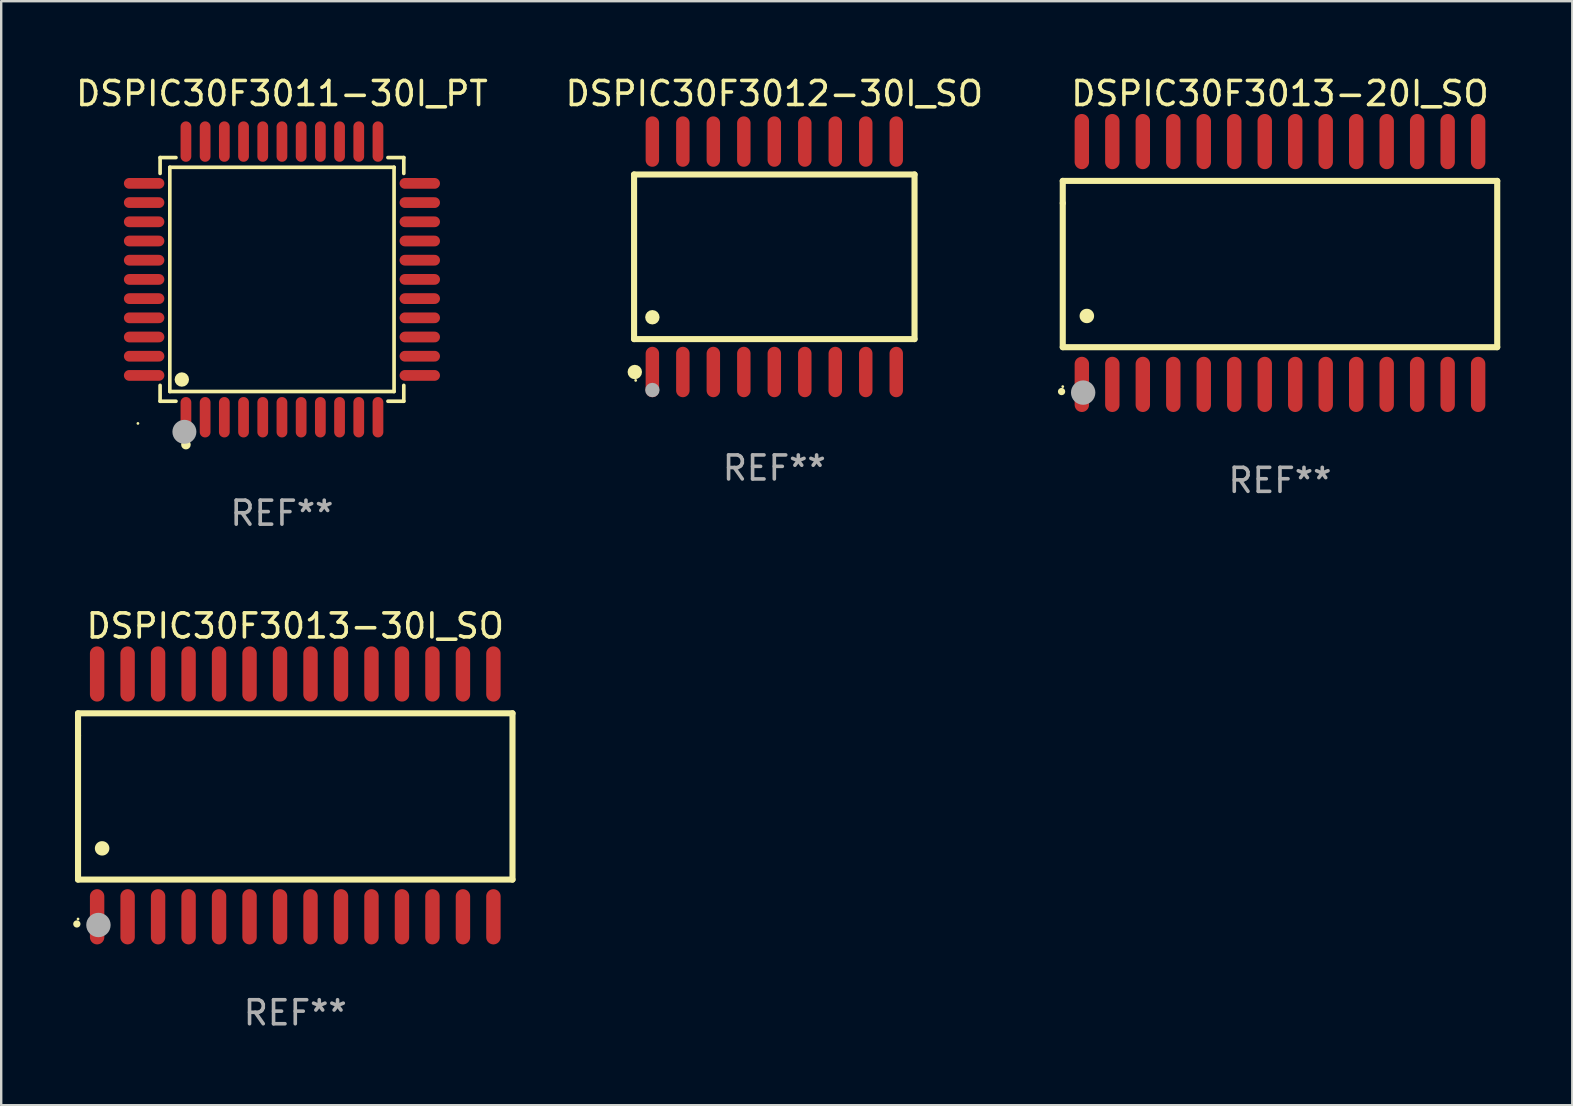
<source format=kicad_pcb>
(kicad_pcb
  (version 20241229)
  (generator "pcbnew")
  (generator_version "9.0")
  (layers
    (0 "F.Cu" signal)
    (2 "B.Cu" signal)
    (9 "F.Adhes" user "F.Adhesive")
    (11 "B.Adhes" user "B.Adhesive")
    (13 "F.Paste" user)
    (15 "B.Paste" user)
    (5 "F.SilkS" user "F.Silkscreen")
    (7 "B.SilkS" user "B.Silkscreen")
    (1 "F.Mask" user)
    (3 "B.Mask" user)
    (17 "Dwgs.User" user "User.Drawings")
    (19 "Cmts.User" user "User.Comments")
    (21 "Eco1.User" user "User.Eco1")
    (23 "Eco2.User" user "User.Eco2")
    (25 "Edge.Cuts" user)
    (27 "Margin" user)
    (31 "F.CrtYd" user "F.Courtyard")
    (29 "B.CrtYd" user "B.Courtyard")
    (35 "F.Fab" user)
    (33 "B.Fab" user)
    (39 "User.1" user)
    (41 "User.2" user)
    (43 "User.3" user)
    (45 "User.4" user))
  (footprint "DSPIC30F3013-20I_SO"
    (layer "F.Cu")
    (at 50.275 7.906)
    (property "Reference" "DSPIC30F3013-20I_SO" (at 0 -7.058 0) (layer "F.SilkS") (effects (font (size 1 1) (thickness 0.15))))
    (attr through_hole)
    (fp_line (start -9.05 -3.42) (end 9.05 -3.42) (stroke (width 0.254) (type solid)) (layer "F.SilkS"))
    (fp_line (start -9.05 -2.492) (end -9.05 -3.42) (stroke (width 0.254) (type solid)) (layer "F.SilkS"))
    (fp_line (start -9.05 3.508) (end -9.05 -2.492) (stroke (width 0.254) (type solid)) (layer "F.SilkS"))
    (fp_line (start 9.05 -3.42) (end 9.05 3.508) (stroke (width 0.254) (type solid)) (layer "F.SilkS"))
    (fp_line (start 9.05 3.508) (end -9.05 3.508) (stroke (width 0.254) (type solid)) (layer "F.SilkS"))
    (fp_arc (start -9.100838 5.35649) (mid -9.099568 5.356485) (end -9.098298 5.35649) (stroke (width 0.3) (type solid)) (layer "F.SilkS"))
    (fp_arc (start -8.049276 2.206883) (mid -8.046736 2.206872) (end -8.044196 2.206883) (stroke (width 0.6) (type solid)) (layer "F.SilkS"))
    (fp_circle (center -9.05 5.15) (end -9.02 5.15) (stroke (width 0.06) (type solid)) (fill no) (layer "F.SilkS"))
    (fp_circle (center -8.2 5.4) (end -7.946 5.4) (stroke (width 0.508) (type solid)) (fill no) (layer "F.Fab"))
    (fp_text user "REF**" (at 0 9.058 0) (layer "F.Fab") (effects (font (size 1 1) (thickness 0.15))))
    (pad "1" smd oval (at -8.255 5.058 180) (size 0.6 2.3) (layers "F.Cu" "F.Mask" "F.Paste"))
    (pad "2" smd oval (at -6.985 5.058 180) (size 0.6 2.3) (layers "F.Cu" "F.Mask" "F.Paste"))
    (pad "3" smd oval (at -5.715 5.058 180) (size 0.6 2.3) (layers "F.Cu" "F.Mask" "F.Paste"))
    (pad "4" smd oval (at -4.445 5.058 180) (size 0.6 2.3) (layers "F.Cu" "F.Mask" "F.Paste"))
    (pad "5" smd oval (at -3.175 5.058 180) (size 0.6 2.3) (layers "F.Cu" "F.Mask" "F.Paste"))
    (pad "6" smd oval (at -1.905 5.058 180) (size 0.6 2.3) (layers "F.Cu" "F.Mask" "F.Paste"))
    (pad "7" smd oval (at -0.635 5.058 180) (size 0.6 2.3) (layers "F.Cu" "F.Mask" "F.Paste"))
    (pad "8" smd oval (at 0.635 5.058 180) (size 0.6 2.3) (layers "F.Cu" "F.Mask" "F.Paste"))
    (pad "9" smd oval (at 1.905 5.058 180) (size 0.6 2.3) (layers "F.Cu" "F.Mask" "F.Paste"))
    (pad "10" smd oval (at 3.175 5.058 180) (size 0.6 2.3) (layers "F.Cu" "F.Mask" "F.Paste"))
    (pad "11" smd oval (at 4.445 5.058 180) (size 0.6 2.3) (layers "F.Cu" "F.Mask" "F.Paste"))
    (pad "12" smd oval (at 5.715 5.058 180) (size 0.6 2.3) (layers "F.Cu" "F.Mask" "F.Paste"))
    (pad "13" smd oval (at 6.985 5.058 180) (size 0.6 2.3) (layers "F.Cu" "F.Mask" "F.Paste"))
    (pad "14" smd oval (at 8.255 5.058 180) (size 0.6 2.3) (layers "F.Cu" "F.Mask" "F.Paste"))
    (pad "15" smd oval (at 8.255 -5.058 180) (size 0.6 2.3) (layers "F.Cu" "F.Mask" "F.Paste"))
    (pad "16" smd oval (at 6.985 -5.058 180) (size 0.6 2.3) (layers "F.Cu" "F.Mask" "F.Paste"))
    (pad "17" smd oval (at 5.715 -5.058 180) (size 0.6 2.3) (layers "F.Cu" "F.Mask" "F.Paste"))
    (pad "18" smd oval (at 4.445 -5.058 180) (size 0.6 2.3) (layers "F.Cu" "F.Mask" "F.Paste"))
    (pad "19" smd oval (at 3.175 -5.058 180) (size 0.6 2.3) (layers "F.Cu" "F.Mask" "F.Paste"))
    (pad "20" smd oval (at 1.905 -5.058 180) (size 0.6 2.3) (layers "F.Cu" "F.Mask" "F.Paste"))
    (pad "21" smd oval (at 0.635 -5.058 180) (size 0.6 2.3) (layers "F.Cu" "F.Mask" "F.Paste"))
    (pad "22" smd oval (at -0.635 -5.058 180) (size 0.6 2.3) (layers "F.Cu" "F.Mask" "F.Paste"))
    (pad "23" smd oval (at -1.905 -5.058 180) (size 0.6 2.3) (layers "F.Cu" "F.Mask" "F.Paste"))
    (pad "24" smd oval (at -3.175 -5.058 180) (size 0.6 2.3) (layers "F.Cu" "F.Mask" "F.Paste"))
    (pad "25" smd oval (at -4.445 -5.058 180) (size 0.6 2.3) (layers "F.Cu" "F.Mask" "F.Paste"))
    (pad "26" smd oval (at -5.715 -5.058 180) (size 0.6 2.3) (layers "F.Cu" "F.Mask" "F.Paste"))
    (pad "27" smd oval (at -6.985 -5.058 180) (size 0.6 2.3) (layers "F.Cu" "F.Mask" "F.Paste"))
    (pad "28" smd oval (at -8.255 -5.058 180) (size 0.6 2.3) (layers "F.Cu" "F.Mask" "F.Paste")))
  (footprint "DSPIC30F3011-30I_PT"
    (layer "F.Cu")
    (at 8.696 8.59)
    (property "Reference" "DSPIC30F3011-30I_PT" (at 0 -7.742 0) (layer "F.SilkS") (effects (font (size 1 1) (thickness 0.15))))
    (attr through_hole)
    (fp_line (start -5.076 -5.076) (end -4.415 -5.076) (stroke (width 0.152) (type solid)) (layer "F.SilkS"))
    (fp_line (start -5.076 -4.415) (end -5.076 -5.076) (stroke (width 0.152) (type solid)) (layer "F.SilkS"))
    (fp_line (start -5.076 4.415) (end -5.076 5.076) (stroke (width 0.152) (type solid)) (layer "F.SilkS"))
    (fp_line (start -5.076 5.076) (end -4.415 5.076) (stroke (width 0.152) (type solid)) (layer "F.SilkS"))
    (fp_line (start -4.671 -4.671) (end 4.671 -4.671) (stroke (width 0.152) (type solid)) (layer "F.SilkS"))
    (fp_line (start -4.671 4.671) (end -4.671 -4.671) (stroke (width 0.152) (type solid)) (layer "F.SilkS"))
    (fp_line (start 4.671 -4.671) (end 4.671 4.671) (stroke (width 0.152) (type solid)) (layer "F.SilkS"))
    (fp_line (start 4.671 4.671) (end -4.671 4.671) (stroke (width 0.152) (type solid)) (layer "F.SilkS"))
    (fp_line (start 5.076 -5.076) (end 4.415 -5.076) (stroke (width 0.152) (type solid)) (layer "F.SilkS"))
    (fp_line (start 5.076 -4.415) (end 5.076 -5.076) (stroke (width 0.152) (type solid)) (layer "F.SilkS"))
    (fp_line (start 5.076 4.415) (end 5.076 5.076) (stroke (width 0.152) (type solid)) (layer "F.SilkS"))
    (fp_line (start 5.076 5.076) (end 4.415 5.076) (stroke (width 0.152) (type solid)) (layer "F.SilkS"))
    (fp_circle (center -6 6) (end -5.97 6) (stroke (width 0.06) (type solid)) (fill no) (layer "F.SilkS"))
    (fp_circle (center -4.171 4.171) (end -4.021 4.171) (stroke (width 0.3) (type solid)) (fill no) (layer "F.SilkS"))
    (fp_circle (center -4 6.884) (end -3.9 6.884) (stroke (width 0.2) (type solid)) (fill no) (layer "F.SilkS"))
    (fp_circle (center -4.064 6.35) (end -3.814 6.35) (stroke (width 0.5) (type solid)) (fill no) (layer "F.Fab"))
    (fp_text user "REF**" (at 0 9.742 0) (layer "F.Fab") (effects (font (size 1 1) (thickness 0.15))))
    (pad "1" smd oval (at -4 5.742) (size 0.448 1.684) (layers "F.Cu" "F.Mask" "F.Paste"))
    (pad "2" smd oval (at -3.2 5.742) (size 0.448 1.684) (layers "F.Cu" "F.Mask" "F.Paste"))
    (pad "3" smd oval (at -2.4 5.742) (size 0.448 1.684) (layers "F.Cu" "F.Mask" "F.Paste"))
    (pad "4" smd oval (at -1.6 5.742) (size 0.448 1.684) (layers "F.Cu" "F.Mask" "F.Paste"))
    (pad "5" smd oval (at -0.8 5.742) (size 0.448 1.684) (layers "F.Cu" "F.Mask" "F.Paste"))
    (pad "6" smd oval (at 0 5.742) (size 0.448 1.684) (layers "F.Cu" "F.Mask" "F.Paste"))
    (pad "7" smd oval (at 0.8 5.742) (size 0.448 1.684) (layers "F.Cu" "F.Mask" "F.Paste"))
    (pad "8" smd oval (at 1.6 5.742) (size 0.448 1.684) (layers "F.Cu" "F.Mask" "F.Paste"))
    (pad "9" smd oval (at 2.4 5.742) (size 0.448 1.684) (layers "F.Cu" "F.Mask" "F.Paste"))
    (pad "10" smd oval (at 3.2 5.742) (size 0.448 1.684) (layers "F.Cu" "F.Mask" "F.Paste"))
    (pad "11" smd oval (at 4 5.742) (size 0.448 1.684) (layers "F.Cu" "F.Mask" "F.Paste"))
    (pad "12" smd oval (at 5.742 4) (size 1.684 0.448) (layers "F.Cu" "F.Mask" "F.Paste"))
    (pad "13" smd oval (at 5.742 3.2) (size 1.684 0.448) (layers "F.Cu" "F.Mask" "F.Paste"))
    (pad "14" smd oval (at 5.742 2.4) (size 1.684 0.448) (layers "F.Cu" "F.Mask" "F.Paste"))
    (pad "15" smd oval (at 5.742 1.6) (size 1.684 0.448) (layers "F.Cu" "F.Mask" "F.Paste"))
    (pad "16" smd oval (at 5.742 0.8) (size 1.684 0.448) (layers "F.Cu" "F.Mask" "F.Paste"))
    (pad "17" smd oval (at 5.742 0) (size 1.684 0.448) (layers "F.Cu" "F.Mask" "F.Paste"))
    (pad "18" smd oval (at 5.742 -0.8) (size 1.684 0.448) (layers "F.Cu" "F.Mask" "F.Paste"))
    (pad "19" smd oval (at 5.742 -1.6) (size 1.684 0.448) (layers "F.Cu" "F.Mask" "F.Paste"))
    (pad "20" smd oval (at 5.742 -2.4) (size 1.684 0.448) (layers "F.Cu" "F.Mask" "F.Paste"))
    (pad "21" smd oval (at 5.742 -3.2) (size 1.684 0.448) (layers "F.Cu" "F.Mask" "F.Paste"))
    (pad "22" smd oval (at 5.742 -4) (size 1.684 0.448) (layers "F.Cu" "F.Mask" "F.Paste"))
    (pad "23" smd oval (at 4 -5.742) (size 0.448 1.684) (layers "F.Cu" "F.Mask" "F.Paste"))
    (pad "24" smd oval (at 3.2 -5.742) (size 0.448 1.684) (layers "F.Cu" "F.Mask" "F.Paste"))
    (pad "25" smd oval (at 2.4 -5.742) (size 0.448 1.684) (layers "F.Cu" "F.Mask" "F.Paste"))
    (pad "26" smd oval (at 1.6 -5.742) (size 0.448 1.684) (layers "F.Cu" "F.Mask" "F.Paste"))
    (pad "27" smd oval (at 0.8 -5.742) (size 0.448 1.684) (layers "F.Cu" "F.Mask" "F.Paste"))
    (pad "28" smd oval (at 0 -5.742) (size 0.448 1.684) (layers "F.Cu" "F.Mask" "F.Paste"))
    (pad "29" smd oval (at -0.8 -5.742) (size 0.448 1.684) (layers "F.Cu" "F.Mask" "F.Paste"))
    (pad "30" smd oval (at -1.6 -5.742) (size 0.448 1.684) (layers "F.Cu" "F.Mask" "F.Paste"))
    (pad "31" smd oval (at -2.4 -5.742) (size 0.448 1.684) (layers "F.Cu" "F.Mask" "F.Paste"))
    (pad "32" smd oval (at -3.2 -5.742) (size 0.448 1.684) (layers "F.Cu" "F.Mask" "F.Paste"))
    (pad "33" smd oval (at -4 -5.742) (size 0.448 1.684) (layers "F.Cu" "F.Mask" "F.Paste"))
    (pad "34" smd oval (at -5.742 -4) (size 1.684 0.448) (layers "F.Cu" "F.Mask" "F.Paste"))
    (pad "35" smd oval (at -5.742 -3.2) (size 1.684 0.448) (layers "F.Cu" "F.Mask" "F.Paste"))
    (pad "36" smd oval (at -5.742 -2.4) (size 1.684 0.448) (layers "F.Cu" "F.Mask" "F.Paste"))
    (pad "37" smd oval (at -5.742 -1.6) (size 1.684 0.448) (layers "F.Cu" "F.Mask" "F.Paste"))
    (pad "38" smd oval (at -5.742 -0.8) (size 1.684 0.448) (layers "F.Cu" "F.Mask" "F.Paste"))
    (pad "39" smd oval (at -5.742 0) (size 1.684 0.448) (layers "F.Cu" "F.Mask" "F.Paste"))
    (pad "40" smd oval (at -5.742 0.8) (size 1.684 0.448) (layers "F.Cu" "F.Mask" "F.Paste"))
    (pad "41" smd oval (at -5.742 1.6) (size 1.684 0.448) (layers "F.Cu" "F.Mask" "F.Paste"))
    (pad "42" smd oval (at -5.742 2.4) (size 1.684 0.448) (layers "F.Cu" "F.Mask" "F.Paste"))
    (pad "43" smd oval (at -5.742 3.2) (size 1.684 0.448) (layers "F.Cu" "F.Mask" "F.Paste"))
    (pad "44" smd oval (at -5.742 4) (size 1.684 0.448) (layers "F.Cu" "F.Mask" "F.Paste")))
  (footprint "DSPIC30F3012-30I_SO"
    (layer "F.Cu")
    (at 29.208 7.648)
    (property "Reference" "DSPIC30F3012-30I_SO" (at 0 -6.8 0) (layer "F.SilkS") (effects (font (size 1 1) (thickness 0.15))))
    (attr through_hole)
    (fp_line (start -5.842 -3.429) (end -5.842 3.429) (stroke (width 0.254) (type solid)) (layer "F.SilkS"))
    (fp_line (start -5.842 3.429) (end 5.842 3.429) (stroke (width 0.254) (type solid)) (layer "F.SilkS"))
    (fp_line (start 5.842 -3.429) (end -5.842 -3.429) (stroke (width 0.254) (type solid)) (layer "F.SilkS"))
    (fp_line (start 5.842 3.429) (end 5.842 -3.429) (stroke (width 0.254) (type solid)) (layer "F.SilkS"))
    (fp_circle (center -5.812 4.8) (end -5.662 4.8) (stroke (width 0.3) (type solid)) (fill no) (layer "F.SilkS"))
    (fp_circle (center -5.775 5.15) (end -5.745 5.15) (stroke (width 0.06) (type solid)) (fill no) (layer "F.SilkS"))
    (fp_circle (center -5.08 2.519) (end -4.93 2.519) (stroke (width 0.3) (type solid)) (fill no) (layer "F.SilkS"))
    (fp_circle (center -5.08 5.55) (end -4.93 5.55) (stroke (width 0.3) (type solid)) (fill no) (layer "F.Fab"))
    (fp_text user "REF**" (at 0 8.8 0) (layer "F.Fab") (effects (font (size 1 1) (thickness 0.15))))
    (pad "1" smd oval (at -5.08 4.8) (size 0.56 2.1) (layers "F.Cu" "F.Mask" "F.Paste"))
    (pad "2" smd oval (at -3.81 4.8) (size 0.56 2.1) (layers "F.Cu" "F.Mask" "F.Paste"))
    (pad "3" smd oval (at -2.54 4.8) (size 0.56 2.1) (layers "F.Cu" "F.Mask" "F.Paste"))
    (pad "4" smd oval (at -1.27 4.8) (size 0.56 2.1) (layers "F.Cu" "F.Mask" "F.Paste"))
    (pad "5" smd oval (at 0 4.8) (size 0.56 2.1) (layers "F.Cu" "F.Mask" "F.Paste"))
    (pad "6" smd oval (at 1.27 4.8) (size 0.56 2.1) (layers "F.Cu" "F.Mask" "F.Paste"))
    (pad "7" smd oval (at 2.54 4.8) (size 0.56 2.1) (layers "F.Cu" "F.Mask" "F.Paste"))
    (pad "8" smd oval (at 3.81 4.8) (size 0.56 2.1) (layers "F.Cu" "F.Mask" "F.Paste"))
    (pad "9" smd oval (at 5.08 4.8) (size 0.56 2.1) (layers "F.Cu" "F.Mask" "F.Paste"))
    (pad "10" smd oval (at 5.08 -4.8) (size 0.56 2.1) (layers "F.Cu" "F.Mask" "F.Paste"))
    (pad "11" smd oval (at 3.81 -4.8) (size 0.56 2.1) (layers "F.Cu" "F.Mask" "F.Paste"))
    (pad "12" smd oval (at 2.54 -4.8) (size 0.56 2.1) (layers "F.Cu" "F.Mask" "F.Paste"))
    (pad "13" smd oval (at 1.27 -4.8) (size 0.56 2.1) (layers "F.Cu" "F.Mask" "F.Paste"))
    (pad "14" smd oval (at 0 -4.8) (size 0.56 2.1) (layers "F.Cu" "F.Mask" "F.Paste"))
    (pad "15" smd oval (at -1.27 -4.8) (size 0.56 2.1) (layers "F.Cu" "F.Mask" "F.Paste"))
    (pad "16" smd oval (at -2.54 -4.8) (size 0.56 2.1) (layers "F.Cu" "F.Mask" "F.Paste"))
    (pad "17" smd oval (at -3.81 -4.8) (size 0.56 2.1) (layers "F.Cu" "F.Mask" "F.Paste"))
    (pad "18" smd oval (at -5.08 -4.8) (size 0.56 2.1) (layers "F.Cu" "F.Mask" "F.Paste")))
  (footprint "DSPIC30F3013-30I_SO"
    (layer "F.Cu")
    (at 9.251 30.086)
    (property "Reference" "DSPIC30F3013-30I_SO" (at 0 -7.058 0) (layer "F.SilkS") (effects (font (size 1 1) (thickness 0.15))))
    (attr through_hole)
    (fp_line (start -9.05 -3.42) (end 9.05 -3.42) (stroke (width 0.254) (type solid)) (layer "F.SilkS"))
    (fp_line (start -9.05 -2.492) (end -9.05 -3.42) (stroke (width 0.254) (type solid)) (layer "F.SilkS"))
    (fp_line (start -9.05 3.508) (end -9.05 -2.492) (stroke (width 0.254) (type solid)) (layer "F.SilkS"))
    (fp_line (start 9.05 -3.42) (end 9.05 3.508) (stroke (width 0.254) (type solid)) (layer "F.SilkS"))
    (fp_line (start 9.05 3.508) (end -9.05 3.508) (stroke (width 0.254) (type solid)) (layer "F.SilkS"))
    (fp_arc (start -9.100838 5.35649) (mid -9.099568 5.356485) (end -9.098298 5.35649) (stroke (width 0.3) (type solid)) (layer "F.SilkS"))
    (fp_arc (start -8.049276 2.206883) (mid -8.046736 2.206872) (end -8.044196 2.206883) (stroke (width 0.6) (type solid)) (layer "F.SilkS"))
    (fp_circle (center -9.05 5.15) (end -9.02 5.15) (stroke (width 0.06) (type solid)) (fill no) (layer "F.SilkS"))
    (fp_circle (center -8.2 5.4) (end -7.946 5.4) (stroke (width 0.508) (type solid)) (fill no) (layer "F.Fab"))
    (fp_text user "REF**" (at 0 9.058 0) (layer "F.Fab") (effects (font (size 1 1) (thickness 0.15))))
    (pad "1" smd oval (at -8.255 5.058 180) (size 0.6 2.3) (layers "F.Cu" "F.Mask" "F.Paste"))
    (pad "2" smd oval (at -6.985 5.058 180) (size 0.6 2.3) (layers "F.Cu" "F.Mask" "F.Paste"))
    (pad "3" smd oval (at -5.715 5.058 180) (size 0.6 2.3) (layers "F.Cu" "F.Mask" "F.Paste"))
    (pad "4" smd oval (at -4.445 5.058 180) (size 0.6 2.3) (layers "F.Cu" "F.Mask" "F.Paste"))
    (pad "5" smd oval (at -3.175 5.058 180) (size 0.6 2.3) (layers "F.Cu" "F.Mask" "F.Paste"))
    (pad "6" smd oval (at -1.905 5.058 180) (size 0.6 2.3) (layers "F.Cu" "F.Mask" "F.Paste"))
    (pad "7" smd oval (at -0.635 5.058 180) (size 0.6 2.3) (layers "F.Cu" "F.Mask" "F.Paste"))
    (pad "8" smd oval (at 0.635 5.058 180) (size 0.6 2.3) (layers "F.Cu" "F.Mask" "F.Paste"))
    (pad "9" smd oval (at 1.905 5.058 180) (size 0.6 2.3) (layers "F.Cu" "F.Mask" "F.Paste"))
    (pad "10" smd oval (at 3.175 5.058 180) (size 0.6 2.3) (layers "F.Cu" "F.Mask" "F.Paste"))
    (pad "11" smd oval (at 4.445 5.058 180) (size 0.6 2.3) (layers "F.Cu" "F.Mask" "F.Paste"))
    (pad "12" smd oval (at 5.715 5.058 180) (size 0.6 2.3) (layers "F.Cu" "F.Mask" "F.Paste"))
    (pad "13" smd oval (at 6.985 5.058 180) (size 0.6 2.3) (layers "F.Cu" "F.Mask" "F.Paste"))
    (pad "14" smd oval (at 8.255 5.058 180) (size 0.6 2.3) (layers "F.Cu" "F.Mask" "F.Paste"))
    (pad "15" smd oval (at 8.255 -5.058 180) (size 0.6 2.3) (layers "F.Cu" "F.Mask" "F.Paste"))
    (pad "16" smd oval (at 6.985 -5.058 180) (size 0.6 2.3) (layers "F.Cu" "F.Mask" "F.Paste"))
    (pad "17" smd oval (at 5.715 -5.058 180) (size 0.6 2.3) (layers "F.Cu" "F.Mask" "F.Paste"))
    (pad "18" smd oval (at 4.445 -5.058 180) (size 0.6 2.3) (layers "F.Cu" "F.Mask" "F.Paste"))
    (pad "19" smd oval (at 3.175 -5.058 180) (size 0.6 2.3) (layers "F.Cu" "F.Mask" "F.Paste"))
    (pad "20" smd oval (at 1.905 -5.058 180) (size 0.6 2.3) (layers "F.Cu" "F.Mask" "F.Paste"))
    (pad "21" smd oval (at 0.635 -5.058 180) (size 0.6 2.3) (layers "F.Cu" "F.Mask" "F.Paste"))
    (pad "22" smd oval (at -0.635 -5.058 180) (size 0.6 2.3) (layers "F.Cu" "F.Mask" "F.Paste"))
    (pad "23" smd oval (at -1.905 -5.058 180) (size 0.6 2.3) (layers "F.Cu" "F.Mask" "F.Paste"))
    (pad "24" smd oval (at -3.175 -5.058 180) (size 0.6 2.3) (layers "F.Cu" "F.Mask" "F.Paste"))
    (pad "25" smd oval (at -4.445 -5.058 180) (size 0.6 2.3) (layers "F.Cu" "F.Mask" "F.Paste"))
    (pad "26" smd oval (at -5.715 -5.058 180) (size 0.6 2.3) (layers "F.Cu" "F.Mask" "F.Paste"))
    (pad "27" smd oval (at -6.985 -5.058 180) (size 0.6 2.3) (layers "F.Cu" "F.Mask" "F.Paste"))
    (pad "28" smd oval (at -8.255 -5.058 180) (size 0.6 2.3) (layers "F.Cu" "F.Mask" "F.Paste")))
  (gr_rect
    (start -3 -3)
    (end 62.452 42.992)
    (stroke (width 0.1) (type default))
    (fill no)
    (layer "Edge.Cuts")))
</source>
